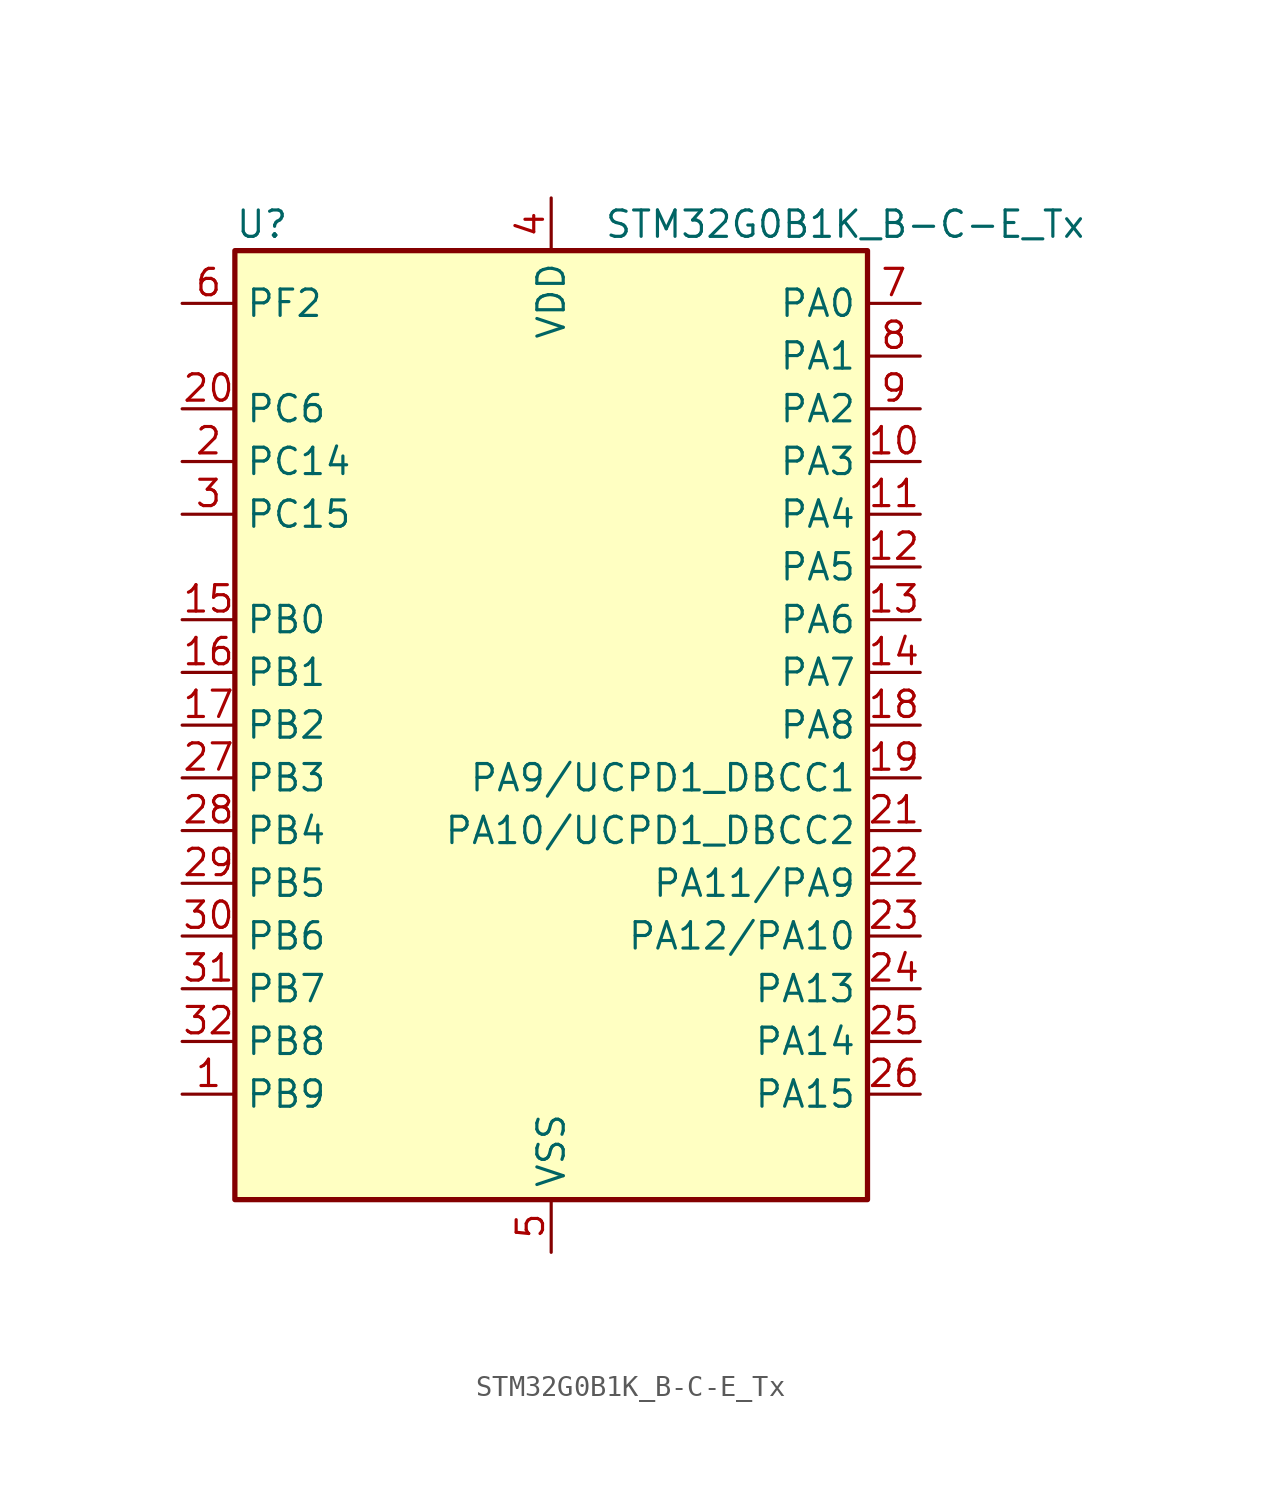
<source format=kicad_sym>
(kicad_symbol_lib
  (version 20231120)
  (generator "kicad_symbol_editor")
  (generator_version "8.0")
  (symbol "STM32G0B1K_B-C-E_Tx"
    (property "Reference" "U"
      (at -15.24 24.13 0)
      (effects (font (size 1.27 1.27)) (justify left)))
    (property "Value" "STM32G0B1K_B-C-E_Tx"
      (at 2.54 24.13 0)
      (effects (font (size 1.27 1.27)) (justify left)))
    (property "ki_locked" ""
      (at 0 0 0)
      (effects (font (size 1.27 1.27))))
    (symbol "STM32G0B1K_B-C-E_Tx_0_1"
      (rectangle (start -15.24 -22.86) (end 15.24 22.86) (stroke (width 0.254) (type default)) (fill (type background))))
    (symbol "STM32G0B1K_B-C-E_Tx_1_1"
      (pin bidirectional line (at -17.78 -17.78 0) (length 2.54) (name "PB9" (effects (font (size 1.27 1.27)))) (number "1" (effects (font (size 1.27 1.27)))) (alternate "DAC1_EXTI9" bidirectional line) (alternate "FDCAN1_TX" bidirectional line) (alternate "I2C1_SDA" bidirectional line) (alternate "I2S2_WS" bidirectional line) (alternate "IR_OUT" bidirectional line) (alternate "SPI2_NSS" bidirectional line) (alternate "TIM17_CH1" bidirectional line) (alternate "TIM4_CH4" bidirectional line) (alternate "USART3_RX" bidirectional line) (alternate "USART6_RX" bidirectional line))
      (pin bidirectional line (at 17.78 12.7 180) (length 2.54) (name "PA3" (effects (font (size 1.27 1.27)))) (number "10" (effects (font (size 1.27 1.27)))) (alternate "ADC1_IN3" bidirectional line) (alternate "COMP2_INP" bidirectional line) (alternate "I2S2_MCK" bidirectional line) (alternate "LPUART1_RX" bidirectional line) (alternate "SPI2_MISO" bidirectional line) (alternate "TIM15_CH2" bidirectional line) (alternate "TIM2_CH4" bidirectional line) (alternate "USART2_RX" bidirectional line))
      (pin bidirectional line (at 17.78 10.16 180) (length 2.54) (name "PA4" (effects (font (size 1.27 1.27)))) (number "11" (effects (font (size 1.27 1.27)))) (alternate "ADC1_IN4" bidirectional line) (alternate "DAC1_OUT1" bidirectional line) (alternate "I2S1_WS" bidirectional line) (alternate "I2S2_SD" bidirectional line) (alternate "LPTIM2_OUT" bidirectional line) (alternate "RTC_OUT1" bidirectional line) (alternate "RTC_TAMP_IN1" bidirectional line) (alternate "RTC_TS" bidirectional line) (alternate "SPI1_NSS" bidirectional line) (alternate "SPI2_MOSI" bidirectional line) (alternate "SPI3_NSS" bidirectional line) (alternate "SYS_WKUP2" bidirectional line) (alternate "TIM14_CH1" bidirectional line) (alternate "USART6_TX" bidirectional line) (alternate "USB_NOE" bidirectional line))
      (pin bidirectional line (at 17.78 7.62 180) (length 2.54) (name "PA5" (effects (font (size 1.27 1.27)))) (number "12" (effects (font (size 1.27 1.27)))) (alternate "ADC1_IN5" bidirectional line) (alternate "CEC" bidirectional line) (alternate "DAC1_OUT2" bidirectional line) (alternate "I2S1_CK" bidirectional line) (alternate "LPTIM2_ETR" bidirectional line) (alternate "SPI1_SCK" bidirectional line) (alternate "TIM2_CH1" bidirectional line) (alternate "TIM2_ETR" bidirectional line) (alternate "UCPD1_FRSTX1" bidirectional line) (alternate "UCPD1_FRSTX2" bidirectional line) (alternate "USART3_TX" bidirectional line) (alternate "USART6_RX" bidirectional line))
      (pin bidirectional line (at 17.78 5.08 180) (length 2.54) (name "PA6" (effects (font (size 1.27 1.27)))) (number "13" (effects (font (size 1.27 1.27)))) (alternate "ADC1_IN6" bidirectional line) (alternate "COMP1_OUT" bidirectional line) (alternate "I2C2_SDA" bidirectional line) (alternate "I2C3_SDA" bidirectional line) (alternate "I2S1_MCK" bidirectional line) (alternate "LPUART1_CTS" bidirectional line) (alternate "SPI1_MISO" bidirectional line) (alternate "TIM16_CH1" bidirectional line) (alternate "TIM1_BK" bidirectional line) (alternate "TIM3_CH1" bidirectional line) (alternate "USART3_CTS" bidirectional line) (alternate "USART3_NSS" bidirectional line) (alternate "USART6_CTS" bidirectional line) (alternate "USART6_NSS" bidirectional line))
      (pin bidirectional line (at 17.78 2.54 180) (length 2.54) (name "PA7" (effects (font (size 1.27 1.27)))) (number "14" (effects (font (size 1.27 1.27)))) (alternate "ADC1_IN7" bidirectional line) (alternate "COMP2_OUT" bidirectional line) (alternate "I2C2_SCL" bidirectional line) (alternate "I2C3_SCL" bidirectional line) (alternate "I2S1_SD" bidirectional line) (alternate "SPI1_MOSI" bidirectional line) (alternate "TIM14_CH1" bidirectional line) (alternate "TIM17_CH1" bidirectional line) (alternate "TIM1_CH1N" bidirectional line) (alternate "TIM3_CH2" bidirectional line) (alternate "UCPD1_FRSTX1" bidirectional line) (alternate "UCPD1_FRSTX2" bidirectional line) (alternate "USART6_CK" bidirectional line) (alternate "USART6_DE" bidirectional line) (alternate "USART6_RTS" bidirectional line))
      (pin bidirectional line (at -17.78 5.08 0) (length 2.54) (name "PB0" (effects (font (size 1.27 1.27)))) (number "15" (effects (font (size 1.27 1.27)))) (alternate "ADC1_IN8" bidirectional line) (alternate "COMP1_OUT" bidirectional line) (alternate "COMP3_INP" bidirectional line) (alternate "FDCAN2_RX" bidirectional line) (alternate "I2S1_WS" bidirectional line) (alternate "LPTIM1_OUT" bidirectional line) (alternate "LPUART2_CTS" bidirectional line) (alternate "SPI1_NSS" bidirectional line) (alternate "TIM1_CH2N" bidirectional line) (alternate "TIM3_CH3" bidirectional line) (alternate "UCPD1_FRSTX1" bidirectional line) (alternate "UCPD1_FRSTX2" bidirectional line) (alternate "USART3_RX" bidirectional line) (alternate "USART5_TX" bidirectional line))
      (pin bidirectional line (at -17.78 2.54 0) (length 2.54) (name "PB1" (effects (font (size 1.27 1.27)))) (number "16" (effects (font (size 1.27 1.27)))) (alternate "ADC1_IN9" bidirectional line) (alternate "COMP1_INM" bidirectional line) (alternate "COMP3_OUT" bidirectional line) (alternate "FDCAN2_TX" bidirectional line) (alternate "LPTIM2_IN1" bidirectional line) (alternate "LPUART1_DE" bidirectional line) (alternate "LPUART1_RTS" bidirectional line) (alternate "LPUART2_DE" bidirectional line) (alternate "LPUART2_RTS" bidirectional line) (alternate "TIM14_CH1" bidirectional line) (alternate "TIM1_CH3N" bidirectional line) (alternate "TIM3_CH4" bidirectional line) (alternate "USART3_CK" bidirectional line) (alternate "USART3_DE" bidirectional line) (alternate "USART3_RTS" bidirectional line) (alternate "USART5_RX" bidirectional line))
      (pin bidirectional line (at -17.78 0 0) (length 2.54) (name "PB2" (effects (font (size 1.27 1.27)))) (number "17" (effects (font (size 1.27 1.27)))) (alternate "ADC1_IN10" bidirectional line) (alternate "COMP1_INP" bidirectional line) (alternate "COMP3_INM" bidirectional line) (alternate "I2S2_MCK" bidirectional line) (alternate "LPTIM1_OUT" bidirectional line) (alternate "RCC_MCO_2" bidirectional line) (alternate "SPI2_MISO" bidirectional line) (alternate "USART3_TX" bidirectional line))
      (pin bidirectional line (at 17.78 0 180) (length 2.54) (name "PA8" (effects (font (size 1.27 1.27)))) (number "18" (effects (font (size 1.27 1.27)))) (alternate "CRS1_SYNC" bidirectional line) (alternate "I2C2_SMBA" bidirectional line) (alternate "I2S2_WS" bidirectional line) (alternate "LPTIM2_OUT" bidirectional line) (alternate "RCC_MCO" bidirectional line) (alternate "SPI2_NSS" bidirectional line) (alternate "TIM1_CH1" bidirectional line) (alternate "UCPD1_CC1" bidirectional line))
      (pin bidirectional line (at 17.78 -2.54 180) (length 2.54) (name "PA9/UCPD1_DBCC1" (effects (font (size 1.27 1.27)))) (number "19" (effects (font (size 1.27 1.27)))) (alternate "DAC1_EXTI9" bidirectional line) (alternate "I2C1_SCL" bidirectional line) (alternate "I2C2_SCL" bidirectional line) (alternate "I2S2_MCK" bidirectional line) (alternate "RCC_MCO" bidirectional line) (alternate "SPI2_MISO" bidirectional line) (alternate "TIM15_BK" bidirectional line) (alternate "TIM1_CH2" bidirectional line) (alternate "UCPD1_DBCC1" bidirectional line) (alternate "USART1_TX" bidirectional line))
      (pin bidirectional line (at -17.78 12.7 0) (length 2.54) (name "PC14" (effects (font (size 1.27 1.27)))) (number "2" (effects (font (size 1.27 1.27)))) (alternate "RCC_OSC32_IN" bidirectional line) (alternate "RCC_OSC_IN" bidirectional line) (alternate "TIM1_BK2" bidirectional line))
      (pin bidirectional line (at -17.78 15.24 0) (length 2.54) (name "PC6" (effects (font (size 1.27 1.27)))) (number "20" (effects (font (size 1.27 1.27)))) (alternate "LPUART2_TX" bidirectional line) (alternate "TIM2_CH3" bidirectional line) (alternate "TIM3_CH1" bidirectional line) (alternate "UCPD1_FRSTX1" bidirectional line) (alternate "UCPD1_FRSTX2" bidirectional line))
      (pin bidirectional line (at 17.78 -5.08 180) (length 2.54) (name "PA10/UCPD1_DBCC2" (effects (font (size 1.27 1.27)))) (number "21" (effects (font (size 1.27 1.27)))) (alternate "I2C1_SDA" bidirectional line) (alternate "I2C2_SDA" bidirectional line) (alternate "I2S2_SD" bidirectional line) (alternate "RCC_MCO_2" bidirectional line) (alternate "SPI2_MOSI" bidirectional line) (alternate "TIM17_BK" bidirectional line) (alternate "TIM1_CH3" bidirectional line) (alternate "UCPD1_DBCC2" bidirectional line) (alternate "USART1_RX" bidirectional line))
      (pin bidirectional line (at 17.78 -7.62 180) (length 2.54) (name "PA11/PA9" (effects (font (size 1.27 1.27)))) (number "22" (effects (font (size 1.27 1.27)))) (alternate "ADC1_EXTI11" bidirectional line) (alternate "COMP1_OUT" bidirectional line) (alternate "FDCAN1_RX" bidirectional line) (alternate "I2C2_SCL" bidirectional line) (alternate "I2S1_MCK" bidirectional line) (alternate "SPI1_MISO" bidirectional line) (alternate "TIM1_BK2" bidirectional line) (alternate "TIM1_CH4" bidirectional line) (alternate "USART1_CTS" bidirectional line) (alternate "USART1_NSS" bidirectional line) (alternate "USB_DM" bidirectional line))
      (pin bidirectional line (at 17.78 -10.16 180) (length 2.54) (name "PA12/PA10" (effects (font (size 1.27 1.27)))) (number "23" (effects (font (size 1.27 1.27)))) (alternate "COMP2_OUT" bidirectional line) (alternate "FDCAN1_TX" bidirectional line) (alternate "I2C2_SDA" bidirectional line) (alternate "I2S1_SD" bidirectional line) (alternate "I2S_CKIN" bidirectional line) (alternate "SPI1_MOSI" bidirectional line) (alternate "TIM1_ETR" bidirectional line) (alternate "USART1_CK" bidirectional line) (alternate "USART1_DE" bidirectional line) (alternate "USART1_RTS" bidirectional line) (alternate "USB_DP" bidirectional line))
      (pin bidirectional line (at 17.78 -12.7 180) (length 2.54) (name "PA13" (effects (font (size 1.27 1.27)))) (number "24" (effects (font (size 1.27 1.27)))) (alternate "IR_OUT" bidirectional line) (alternate "LPUART2_RX" bidirectional line) (alternate "SYS_SWDIO" bidirectional line) (alternate "USB_NOE" bidirectional line))
      (pin bidirectional line (at 17.78 -15.24 180) (length 2.54) (name "PA14" (effects (font (size 1.27 1.27)))) (number "25" (effects (font (size 1.27 1.27)))) (alternate "LPUART2_TX" bidirectional line) (alternate "SYS_SWCLK" bidirectional line) (alternate "USART2_TX" bidirectional line))
      (pin bidirectional line (at 17.78 -17.78 180) (length 2.54) (name "PA15" (effects (font (size 1.27 1.27)))) (number "26" (effects (font (size 1.27 1.27)))) (alternate "I2C2_SMBA" bidirectional line) (alternate "I2S1_WS" bidirectional line) (alternate "RCC_MCO_2" bidirectional line) (alternate "SPI1_NSS" bidirectional line) (alternate "SPI3_NSS" bidirectional line) (alternate "TIM2_CH1" bidirectional line) (alternate "TIM2_ETR" bidirectional line) (alternate "USART2_RX" bidirectional line) (alternate "USART3_CK" bidirectional line) (alternate "USART3_DE" bidirectional line) (alternate "USART3_RTS" bidirectional line) (alternate "USART4_CK" bidirectional line) (alternate "USART4_DE" bidirectional line) (alternate "USART4_RTS" bidirectional line) (alternate "USB_NOE" bidirectional line))
      (pin bidirectional line (at -17.78 -2.54 0) (length 2.54) (name "PB3" (effects (font (size 1.27 1.27)))) (number "27" (effects (font (size 1.27 1.27)))) (alternate "COMP2_INM" bidirectional line) (alternate "I2C2_SCL" bidirectional line) (alternate "I2C3_SCL" bidirectional line) (alternate "I2S1_CK" bidirectional line) (alternate "SPI1_SCK" bidirectional line) (alternate "SPI3_SCK" bidirectional line) (alternate "TIM1_CH2" bidirectional line) (alternate "TIM2_CH2" bidirectional line) (alternate "USART1_CK" bidirectional line) (alternate "USART1_DE" bidirectional line) (alternate "USART1_RTS" bidirectional line) (alternate "USART5_TX" bidirectional line))
      (pin bidirectional line (at -17.78 -5.08 0) (length 2.54) (name "PB4" (effects (font (size 1.27 1.27)))) (number "28" (effects (font (size 1.27 1.27)))) (alternate "COMP2_INP" bidirectional line) (alternate "I2C2_SDA" bidirectional line) (alternate "I2C3_SDA" bidirectional line) (alternate "I2S1_MCK" bidirectional line) (alternate "SPI1_MISO" bidirectional line) (alternate "SPI3_MISO" bidirectional line) (alternate "TIM17_BK" bidirectional line) (alternate "TIM3_CH1" bidirectional line) (alternate "USART1_CTS" bidirectional line) (alternate "USART1_NSS" bidirectional line) (alternate "USART5_RX" bidirectional line))
      (pin bidirectional line (at -17.78 -7.62 0) (length 2.54) (name "PB5" (effects (font (size 1.27 1.27)))) (number "29" (effects (font (size 1.27 1.27)))) (alternate "COMP2_OUT" bidirectional line) (alternate "FDCAN2_RX" bidirectional line) (alternate "I2C1_SMBA" bidirectional line) (alternate "I2S1_SD" bidirectional line) (alternate "LPTIM1_IN1" bidirectional line) (alternate "SPI1_MOSI" bidirectional line) (alternate "SPI3_MOSI" bidirectional line) (alternate "SYS_WKUP6" bidirectional line) (alternate "TIM16_BK" bidirectional line) (alternate "TIM3_CH2" bidirectional line) (alternate "USART5_CK" bidirectional line) (alternate "USART5_DE" bidirectional line) (alternate "USART5_RTS" bidirectional line))
      (pin bidirectional line (at -17.78 10.16 0) (length 2.54) (name "PC15" (effects (font (size 1.27 1.27)))) (number "3" (effects (font (size 1.27 1.27)))) (alternate "RCC_OSC32_EN" bidirectional line) (alternate "RCC_OSC32_OUT" bidirectional line) (alternate "RCC_OSC_EN" bidirectional line) (alternate "TIM15_BK" bidirectional line))
      (pin bidirectional line (at -17.78 -10.16 0) (length 2.54) (name "PB6" (effects (font (size 1.27 1.27)))) (number "30" (effects (font (size 1.27 1.27)))) (alternate "COMP2_INP" bidirectional line) (alternate "FDCAN2_TX" bidirectional line) (alternate "I2C1_SCL" bidirectional line) (alternate "I2S2_MCK" bidirectional line) (alternate "LPTIM1_ETR" bidirectional line) (alternate "LPUART2_TX" bidirectional line) (alternate "SPI2_MISO" bidirectional line) (alternate "TIM16_CH1N" bidirectional line) (alternate "TIM1_CH3" bidirectional line) (alternate "TIM4_CH1" bidirectional line) (alternate "USART1_TX" bidirectional line) (alternate "USART5_CTS" bidirectional line) (alternate "USART5_NSS" bidirectional line))
      (pin bidirectional line (at -17.78 -12.7 0) (length 2.54) (name "PB7" (effects (font (size 1.27 1.27)))) (number "31" (effects (font (size 1.27 1.27)))) (alternate "COMP2_INM" bidirectional line) (alternate "I2C1_SDA" bidirectional line) (alternate "I2S2_SD" bidirectional line) (alternate "LPTIM1_IN2" bidirectional line) (alternate "LPUART2_RX" bidirectional line) (alternate "SPI2_MOSI" bidirectional line) (alternate "SYS_PVD_IN" bidirectional line) (alternate "TIM17_CH1N" bidirectional line) (alternate "TIM4_CH2" bidirectional line) (alternate "USART1_RX" bidirectional line) (alternate "USART4_CTS" bidirectional line) (alternate "USART4_NSS" bidirectional line))
      (pin bidirectional line (at -17.78 -15.24 0) (length 2.54) (name "PB8" (effects (font (size 1.27 1.27)))) (number "32" (effects (font (size 1.27 1.27)))) (alternate "CEC" bidirectional line) (alternate "FDCAN1_RX" bidirectional line) (alternate "I2C1_SCL" bidirectional line) (alternate "I2S2_CK" bidirectional line) (alternate "SPI2_SCK" bidirectional line) (alternate "TIM15_BK" bidirectional line) (alternate "TIM16_CH1" bidirectional line) (alternate "TIM4_CH3" bidirectional line) (alternate "USART3_TX" bidirectional line) (alternate "USART6_TX" bidirectional line))
      (pin power_in line (at 0 25.4 270) (length 2.54) (name "VDD" (effects (font (size 1.27 1.27)))) (number "4" (effects (font (size 1.27 1.27)))))
      (pin power_in line (at 0 -25.4 90) (length 2.54) (name "VSS" (effects (font (size 1.27 1.27)))) (number "5" (effects (font (size 1.27 1.27)))))
      (pin bidirectional line (at -17.78 20.32 0) (length 2.54) (name "PF2" (effects (font (size 1.27 1.27)))) (number "6" (effects (font (size 1.27 1.27)))) (alternate "LPUART2_DE" bidirectional line) (alternate "LPUART2_RTS" bidirectional line) (alternate "LPUART2_TX" bidirectional line) (alternate "RCC_MCO" bidirectional line))
      (pin bidirectional line (at 17.78 20.32 180) (length 2.54) (name "PA0" (effects (font (size 1.27 1.27)))) (number "7" (effects (font (size 1.27 1.27)))) (alternate "ADC1_IN0" bidirectional line) (alternate "COMP1_INM" bidirectional line) (alternate "COMP1_OUT" bidirectional line) (alternate "I2S2_CK" bidirectional line) (alternate "LPTIM1_OUT" bidirectional line) (alternate "RTC_TAMP_IN2" bidirectional line) (alternate "SPI2_SCK" bidirectional line) (alternate "SYS_WKUP1" bidirectional line) (alternate "TIM2_CH1" bidirectional line) (alternate "TIM2_ETR" bidirectional line) (alternate "USART2_CTS" bidirectional line) (alternate "USART2_NSS" bidirectional line) (alternate "USART4_TX" bidirectional line))
      (pin bidirectional line (at 17.78 17.78 180) (length 2.54) (name "PA1" (effects (font (size 1.27 1.27)))) (number "8" (effects (font (size 1.27 1.27)))) (alternate "ADC1_IN1" bidirectional line) (alternate "COMP1_INP" bidirectional line) (alternate "I2C1_SMBA" bidirectional line) (alternate "I2S1_CK" bidirectional line) (alternate "SPI1_SCK" bidirectional line) (alternate "TIM15_CH1N" bidirectional line) (alternate "TIM2_CH2" bidirectional line) (alternate "USART2_CK" bidirectional line) (alternate "USART2_DE" bidirectional line) (alternate "USART2_RTS" bidirectional line) (alternate "USART4_RX" bidirectional line))
      (pin bidirectional line (at 17.78 15.24 180) (length 2.54) (name "PA2" (effects (font (size 1.27 1.27)))) (number "9" (effects (font (size 1.27 1.27)))) (alternate "ADC1_IN2" bidirectional line) (alternate "COMP2_INM" bidirectional line) (alternate "COMP2_OUT" bidirectional line) (alternate "I2S1_SD" bidirectional line) (alternate "LPUART1_TX" bidirectional line) (alternate "RCC_LSCO" bidirectional line) (alternate "SPI1_MOSI" bidirectional line) (alternate "SYS_WKUP4" bidirectional line) (alternate "TIM15_CH1" bidirectional line) (alternate "TIM2_CH3" bidirectional line) (alternate "UCPD1_FRSTX1" bidirectional line) (alternate "UCPD1_FRSTX2" bidirectional line) (alternate "USART2_TX" bidirectional line)))))
</source>
